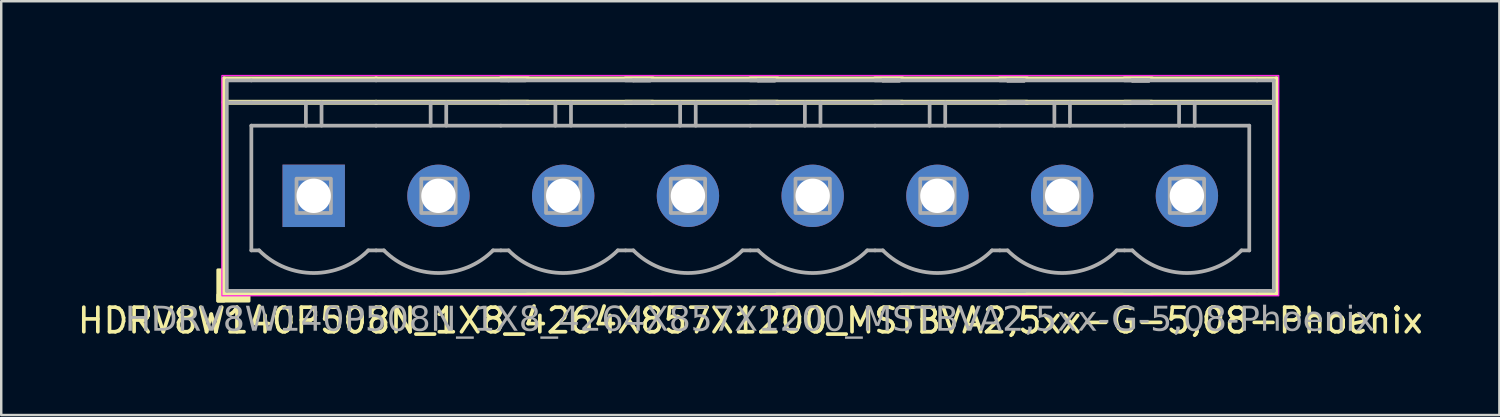
<source format=kicad_pcb>
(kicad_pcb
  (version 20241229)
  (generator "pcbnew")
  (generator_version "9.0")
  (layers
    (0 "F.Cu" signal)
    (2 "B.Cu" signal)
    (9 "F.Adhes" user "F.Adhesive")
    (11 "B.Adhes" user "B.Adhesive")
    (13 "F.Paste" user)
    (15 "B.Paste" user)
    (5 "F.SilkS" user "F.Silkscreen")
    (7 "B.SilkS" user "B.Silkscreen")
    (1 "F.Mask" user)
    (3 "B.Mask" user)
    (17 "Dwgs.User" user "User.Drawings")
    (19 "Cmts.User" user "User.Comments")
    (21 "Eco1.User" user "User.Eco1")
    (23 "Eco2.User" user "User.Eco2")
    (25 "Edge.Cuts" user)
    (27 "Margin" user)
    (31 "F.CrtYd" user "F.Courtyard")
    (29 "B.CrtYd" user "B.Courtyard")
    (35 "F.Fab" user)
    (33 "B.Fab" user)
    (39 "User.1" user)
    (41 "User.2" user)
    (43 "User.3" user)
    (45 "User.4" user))
  (footprint "HDRV8W140P508N_1X8_4264X857X1200_MSTBVA2,5xx-G-5,08-Phoenix"
    (layer "F.Cu")
    (at 27.506 4.925)
    (property "Reference" "HDRV8W140P508N_1X8_4264X857X1200_MSTBVA2,5xx-G-5,08-Phoenix" (at 0 5.08 0) (layer "F.SilkS") (effects (font (size 1 1) (thickness 0.15))))
    (attr through_hole)
    (fp_line (start -21.431 -4.763) (end -21.431 3.969) (stroke (width 0.203) (type solid)) (layer "F.SilkS"))
    (fp_line (start -21.431 -4.763) (end -15.24 -4.763) (stroke (width 0.203) (type solid)) (layer "F.SilkS"))
    (fp_line (start -21.431 -3.81) (end -15.24 -3.81) (stroke (width 0.203) (type solid)) (layer "F.SilkS"))
    (fp_line (start -21.431 3.969) (end -15.24 3.969) (stroke (width 0.203) (type solid)) (layer "F.SilkS"))
    (fp_line (start -9.049 -4.763) (end -15.24 -4.763) (stroke (width 0.203) (type solid)) (layer "F.SilkS"))
    (fp_line (start -9.049 -3.81) (end -15.24 -3.81) (stroke (width 0.203) (type solid)) (layer "F.SilkS"))
    (fp_line (start -9.049 3.969) (end -15.24 3.969) (stroke (width 0.203) (type solid)) (layer "F.SilkS"))
    (fp_line (start -3.969 -4.763) (end -10.16 -4.763) (stroke (width 0.203) (type solid)) (layer "F.SilkS"))
    (fp_line (start -3.969 -3.81) (end -10.16 -3.81) (stroke (width 0.203) (type solid)) (layer "F.SilkS"))
    (fp_line (start -3.969 3.969) (end -10.16 3.969) (stroke (width 0.203) (type solid)) (layer "F.SilkS"))
    (fp_line (start 1.111 -4.763) (end -5.08 -4.763) (stroke (width 0.203) (type solid)) (layer "F.SilkS"))
    (fp_line (start 1.111 -3.81) (end -5.08 -3.81) (stroke (width 0.203) (type solid)) (layer "F.SilkS"))
    (fp_line (start 1.111 3.969) (end -5.08 3.969) (stroke (width 0.203) (type solid)) (layer "F.SilkS"))
    (fp_line (start 6.191 -4.763) (end 0 -4.763) (stroke (width 0.203) (type solid)) (layer "F.SilkS"))
    (fp_line (start 6.191 -3.81) (end 0 -3.81) (stroke (width 0.203) (type solid)) (layer "F.SilkS"))
    (fp_line (start 6.191 3.969) (end 0 3.969) (stroke (width 0.203) (type solid)) (layer "F.SilkS"))
    (fp_line (start 11.271 -4.763) (end 5.08 -4.763) (stroke (width 0.203) (type solid)) (layer "F.SilkS"))
    (fp_line (start 11.271 -3.81) (end 5.08 -3.81) (stroke (width 0.203) (type solid)) (layer "F.SilkS"))
    (fp_line (start 11.271 3.969) (end 5.08 3.969) (stroke (width 0.203) (type solid)) (layer "F.SilkS"))
    (fp_line (start 16.351 -4.763) (end 10.16 -4.763) (stroke (width 0.203) (type solid)) (layer "F.SilkS"))
    (fp_line (start 16.351 -3.81) (end 10.16 -3.81) (stroke (width 0.203) (type solid)) (layer "F.SilkS"))
    (fp_line (start 16.351 3.969) (end 10.16 3.969) (stroke (width 0.203) (type solid)) (layer "F.SilkS"))
    (fp_line (start 21.431 -4.763) (end 15.24 -4.763) (stroke (width 0.203) (type solid)) (layer "F.SilkS"))
    (fp_line (start 21.431 -4.763) (end 21.431 3.969) (stroke (width 0.203) (type solid)) (layer "F.SilkS"))
    (fp_line (start 21.431 -3.81) (end 15.24 -3.81) (stroke (width 0.203) (type solid)) (layer "F.SilkS"))
    (fp_line (start 21.431 3.969) (end 15.24 3.969) (stroke (width 0.203) (type solid)) (layer "F.SilkS"))
    (fp_rect (start -21.431 3.016) (end -21.685 4.286) (stroke (width 0.12) (type solid)) (fill yes) (layer "F.SilkS"))
    (fp_rect (start -20.415 4.286) (end -21.685 4.032) (stroke (width 0.12) (type solid)) (fill yes) (layer "F.SilkS"))
    (fp_rect (start -21.52 -4.9) (end 21.52 4.07) (stroke (width 0.05) (type default)) (fill no) (layer "F.CrtYd"))
    (fp_line (start -21.32 -4.7) (end -21.32 3.87) (stroke (width 0.152) (type solid)) (layer "F.Fab"))
    (fp_line (start -21.32 -3.8) (end -20.32 -3.8) (stroke (width 0.152) (type solid)) (layer "F.Fab"))
    (fp_line (start -20.32 -4.7) (end -21.32 -4.7) (stroke (width 0.152) (type solid)) (layer "F.Fab"))
    (fp_line (start -20.32 -4.7) (end -15.24 -4.7) (stroke (width 0.152) (type solid)) (layer "F.Fab"))
    (fp_line (start -20.32 -2.858) (end -15.24 -2.858) (stroke (width 0.152) (type default)) (layer "F.Fab"))
    (fp_line (start -20.32 2.222) (end -20.32 -2.858) (stroke (width 0.152) (type default)) (layer "F.Fab"))
    (fp_line (start -20.32 3.87) (end -21.32 3.87) (stroke (width 0.152) (type solid)) (layer "F.Fab"))
    (fp_line (start -20.32 3.87) (end -15.24 3.87) (stroke (width 0.152) (type solid)) (layer "F.Fab"))
    (fp_line (start -20.003 2.222) (end -20.32 2.222) (stroke (width 0.152) (type default)) (layer "F.Fab"))
    (fp_line (start -18.098 -3.8) (end -18.098 -2.858) (stroke (width 0.152) (type default)) (layer "F.Fab"))
    (fp_line (start -17.462 -3.8) (end -17.462 -2.858) (stroke (width 0.152) (type default)) (layer "F.Fab"))
    (fp_line (start -15.24 -4.7) (end -9.842 -4.7) (stroke (width 0.152) (type solid)) (layer "F.Fab"))
    (fp_line (start -15.24 -3.8) (end -20.32 -3.8) (stroke (width 0.152) (type solid)) (layer "F.Fab"))
    (fp_line (start -15.24 -2.858) (end -10.16 -2.858) (stroke (width 0.152) (type default)) (layer "F.Fab"))
    (fp_line (start -15.24 2.222) (end -15.557 2.222) (stroke (width 0.152) (type default)) (layer "F.Fab"))
    (fp_line (start -15.24 3.87) (end -9.842 3.87) (stroke (width 0.152) (type solid)) (layer "F.Fab"))
    (fp_line (start -14.922 2.222) (end -15.24 2.222) (stroke (width 0.152) (type default)) (layer "F.Fab"))
    (fp_line (start -13.018 -3.8) (end -13.018 -2.858) (stroke (width 0.152) (type default)) (layer "F.Fab"))
    (fp_line (start -12.383 -3.8) (end -12.383 -2.858) (stroke (width 0.152) (type default)) (layer "F.Fab"))
    (fp_line (start -10.16 -4.7) (end -4.763 -4.7) (stroke (width 0.152) (type solid)) (layer "F.Fab"))
    (fp_line (start -10.16 -2.858) (end -5.08 -2.858) (stroke (width 0.152) (type default)) (layer "F.Fab"))
    (fp_line (start -10.16 2.222) (end -10.477 2.222) (stroke (width 0.152) (type default)) (layer "F.Fab"))
    (fp_line (start -10.16 3.87) (end -4.763 3.87) (stroke (width 0.152) (type solid)) (layer "F.Fab"))
    (fp_line (start -9.842 -4.7) (end -9.16 -4.7) (stroke (width 0.152) (type solid)) (layer "F.Fab"))
    (fp_line (start -9.842 -3.8) (end -15.24 -3.8) (stroke (width 0.152) (type solid)) (layer "F.Fab"))
    (fp_line (start -9.842 2.222) (end -10.16 2.222) (stroke (width 0.152) (type default)) (layer "F.Fab"))
    (fp_line (start -9.842 3.87) (end -9.16 3.87) (stroke (width 0.152) (type solid)) (layer "F.Fab"))
    (fp_line (start -9.16 -3.8) (end -9.842 -3.8) (stroke (width 0.152) (type solid)) (layer "F.Fab"))
    (fp_line (start -7.938 -3.8) (end -7.938 -2.858) (stroke (width 0.152) (type default)) (layer "F.Fab"))
    (fp_line (start -7.303 -3.8) (end -7.303 -2.858) (stroke (width 0.152) (type default)) (layer "F.Fab"))
    (fp_line (start -5.08 -4.7) (end 0.318 -4.7) (stroke (width 0.152) (type solid)) (layer "F.Fab"))
    (fp_line (start -5.08 -2.857) (end 0 -2.857) (stroke (width 0.152) (type default)) (layer "F.Fab"))
    (fp_line (start -5.08 2.222) (end -5.397 2.222) (stroke (width 0.152) (type default)) (layer "F.Fab"))
    (fp_line (start -5.08 3.87) (end 0.318 3.87) (stroke (width 0.152) (type solid)) (layer "F.Fab"))
    (fp_line (start -4.763 -4.7) (end -4.08 -4.7) (stroke (width 0.152) (type solid)) (layer "F.Fab"))
    (fp_line (start -4.763 -4.7) (end -4.08 -4.7) (stroke (width 0.152) (type solid)) (layer "F.Fab"))
    (fp_line (start -4.763 -3.8) (end -10.16 -3.8) (stroke (width 0.152) (type solid)) (layer "F.Fab"))
    (fp_line (start -4.763 2.223) (end -5.08 2.223) (stroke (width 0.152) (type default)) (layer "F.Fab"))
    (fp_line (start -4.763 3.87) (end -4.08 3.87) (stroke (width 0.152) (type solid)) (layer "F.Fab"))
    (fp_line (start -4.763 3.87) (end -4.08 3.87) (stroke (width 0.152) (type solid)) (layer "F.Fab"))
    (fp_line (start -4.08 -3.8) (end -4.763 -3.8) (stroke (width 0.152) (type solid)) (layer "F.Fab"))
    (fp_line (start -4.08 -3.8) (end -4.763 -3.8) (stroke (width 0.152) (type solid)) (layer "F.Fab"))
    (fp_line (start -2.857 -3.8) (end -2.857 -2.857) (stroke (width 0.152) (type default)) (layer "F.Fab"))
    (fp_line (start -2.223 -3.8) (end -2.223 -2.857) (stroke (width 0.152) (type default)) (layer "F.Fab"))
    (fp_line (start 0 -4.7) (end 5.397 -4.7) (stroke (width 0.152) (type solid)) (layer "F.Fab"))
    (fp_line (start 0 -2.857) (end 5.08 -2.857) (stroke (width 0.152) (type default)) (layer "F.Fab"))
    (fp_line (start 0 2.223) (end -0.318 2.223) (stroke (width 0.152) (type default)) (layer "F.Fab"))
    (fp_line (start 0 3.87) (end 5.397 3.87) (stroke (width 0.152) (type solid)) (layer "F.Fab"))
    (fp_line (start 0.318 -4.7) (end 1 -4.7) (stroke (width 0.152) (type solid)) (layer "F.Fab"))
    (fp_line (start 0.318 -4.7) (end 1 -4.7) (stroke (width 0.152) (type solid)) (layer "F.Fab"))
    (fp_line (start 0.318 -4.7) (end 1 -4.7) (stroke (width 0.152) (type solid)) (layer "F.Fab"))
    (fp_line (start 0.318 -3.8) (end -5.08 -3.8) (stroke (width 0.152) (type solid)) (layer "F.Fab"))
    (fp_line (start 0.318 2.223) (end 0 2.223) (stroke (width 0.152) (type default)) (layer "F.Fab"))
    (fp_line (start 0.318 3.87) (end 1 3.87) (stroke (width 0.152) (type solid)) (layer "F.Fab"))
    (fp_line (start 0.318 3.87) (end 1 3.87) (stroke (width 0.152) (type solid)) (layer "F.Fab"))
    (fp_line (start 0.318 3.87) (end 1 3.87) (stroke (width 0.152) (type solid)) (layer "F.Fab"))
    (fp_line (start 1 -3.8) (end 0.318 -3.8) (stroke (width 0.152) (type solid)) (layer "F.Fab"))
    (fp_line (start 1 -3.8) (end 0.318 -3.8) (stroke (width 0.152) (type solid)) (layer "F.Fab"))
    (fp_line (start 1 -3.8) (end 0.318 -3.8) (stroke (width 0.152) (type solid)) (layer "F.Fab"))
    (fp_line (start 2.223 -3.8) (end 2.223 -2.857) (stroke (width 0.152) (type default)) (layer "F.Fab"))
    (fp_line (start 2.857 -3.8) (end 2.857 -2.857) (stroke (width 0.152) (type default)) (layer "F.Fab"))
    (fp_line (start 5.08 -4.7) (end 10.477 -4.7) (stroke (width 0.152) (type solid)) (layer "F.Fab"))
    (fp_line (start 5.08 -2.857) (end 10.16 -2.857) (stroke (width 0.152) (type default)) (layer "F.Fab"))
    (fp_line (start 5.08 2.223) (end 4.763 2.223) (stroke (width 0.152) (type default)) (layer "F.Fab"))
    (fp_line (start 5.08 3.87) (end 10.477 3.87) (stroke (width 0.152) (type solid)) (layer "F.Fab"))
    (fp_line (start 5.397 -4.7) (end 6.08 -4.7) (stroke (width 0.152) (type solid)) (layer "F.Fab"))
    (fp_line (start 5.397 -4.7) (end 6.08 -4.7) (stroke (width 0.152) (type solid)) (layer "F.Fab"))
    (fp_line (start 5.397 -4.7) (end 6.08 -4.7) (stroke (width 0.152) (type solid)) (layer "F.Fab"))
    (fp_line (start 5.397 -4.7) (end 6.08 -4.7) (stroke (width 0.152) (type solid)) (layer "F.Fab"))
    (fp_line (start 5.397 -3.8) (end 0 -3.8) (stroke (width 0.152) (type solid)) (layer "F.Fab"))
    (fp_line (start 5.397 2.223) (end 5.08 2.223) (stroke (width 0.152) (type default)) (layer "F.Fab"))
    (fp_line (start 5.397 3.87) (end 6.08 3.87) (stroke (width 0.152) (type solid)) (layer "F.Fab"))
    (fp_line (start 5.397 3.87) (end 6.08 3.87) (stroke (width 0.152) (type solid)) (layer "F.Fab"))
    (fp_line (start 5.397 3.87) (end 6.08 3.87) (stroke (width 0.152) (type solid)) (layer "F.Fab"))
    (fp_line (start 5.397 3.87) (end 6.08 3.87) (stroke (width 0.152) (type solid)) (layer "F.Fab"))
    (fp_line (start 6.08 -3.8) (end 5.397 -3.8) (stroke (width 0.152) (type solid)) (layer "F.Fab"))
    (fp_line (start 6.08 -3.8) (end 5.397 -3.8) (stroke (width 0.152) (type solid)) (layer "F.Fab"))
    (fp_line (start 6.08 -3.8) (end 5.397 -3.8) (stroke (width 0.152) (type solid)) (layer "F.Fab"))
    (fp_line (start 6.08 -3.8) (end 5.397 -3.8) (stroke (width 0.152) (type solid)) (layer "F.Fab"))
    (fp_line (start 7.303 -3.8) (end 7.303 -2.857) (stroke (width 0.152) (type default)) (layer "F.Fab"))
    (fp_line (start 7.938 -3.8) (end 7.938 -2.857) (stroke (width 0.152) (type default)) (layer "F.Fab"))
    (fp_line (start 10.16 -4.7) (end 15.557 -4.7) (stroke (width 0.152) (type solid)) (layer "F.Fab"))
    (fp_line (start 10.16 -2.857) (end 15.24 -2.857) (stroke (width 0.152) (type default)) (layer "F.Fab"))
    (fp_line (start 10.16 2.223) (end 9.842 2.223) (stroke (width 0.152) (type default)) (layer "F.Fab"))
    (fp_line (start 10.16 3.87) (end 15.557 3.87) (stroke (width 0.152) (type solid)) (layer "F.Fab"))
    (fp_line (start 10.477 -4.7) (end 11.16 -4.7) (stroke (width 0.152) (type solid)) (layer "F.Fab"))
    (fp_line (start 10.477 -4.7) (end 11.16 -4.7) (stroke (width 0.152) (type solid)) (layer "F.Fab"))
    (fp_line (start 10.477 -4.7) (end 11.16 -4.7) (stroke (width 0.152) (type solid)) (layer "F.Fab"))
    (fp_line (start 10.477 -4.7) (end 11.16 -4.7) (stroke (width 0.152) (type solid)) (layer "F.Fab"))
    (fp_line (start 10.477 -4.7) (end 11.16 -4.7) (stroke (width 0.152) (type solid)) (layer "F.Fab"))
    (fp_line (start 10.477 -3.8) (end 5.08 -3.8) (stroke (width 0.152) (type solid)) (layer "F.Fab"))
    (fp_line (start 10.477 2.223) (end 10.16 2.223) (stroke (width 0.152) (type default)) (layer "F.Fab"))
    (fp_line (start 10.477 3.87) (end 11.16 3.87) (stroke (width 0.152) (type solid)) (layer "F.Fab"))
    (fp_line (start 10.477 3.87) (end 11.16 3.87) (stroke (width 0.152) (type solid)) (layer "F.Fab"))
    (fp_line (start 10.477 3.87) (end 11.16 3.87) (stroke (width 0.152) (type solid)) (layer "F.Fab"))
    (fp_line (start 10.477 3.87) (end 11.16 3.87) (stroke (width 0.152) (type solid)) (layer "F.Fab"))
    (fp_line (start 10.477 3.87) (end 11.16 3.87) (stroke (width 0.152) (type solid)) (layer "F.Fab"))
    (fp_line (start 11.16 -3.8) (end 10.477 -3.8) (stroke (width 0.152) (type solid)) (layer "F.Fab"))
    (fp_line (start 11.16 -3.8) (end 10.477 -3.8) (stroke (width 0.152) (type solid)) (layer "F.Fab"))
    (fp_line (start 11.16 -3.8) (end 10.477 -3.8) (stroke (width 0.152) (type solid)) (layer "F.Fab"))
    (fp_line (start 11.16 -3.8) (end 10.477 -3.8) (stroke (width 0.152) (type solid)) (layer "F.Fab"))
    (fp_line (start 11.16 -3.8) (end 10.477 -3.8) (stroke (width 0.152) (type solid)) (layer "F.Fab"))
    (fp_line (start 12.383 -3.8) (end 12.383 -2.857) (stroke (width 0.152) (type default)) (layer "F.Fab"))
    (fp_line (start 13.018 -3.8) (end 13.018 -2.857) (stroke (width 0.152) (type default)) (layer "F.Fab"))
    (fp_line (start 15.24 -4.7) (end 20.637 -4.7) (stroke (width 0.152) (type solid)) (layer "F.Fab"))
    (fp_line (start 15.24 -2.857) (end 20.32 -2.857) (stroke (width 0.152) (type default)) (layer "F.Fab"))
    (fp_line (start 15.24 2.223) (end 14.922 2.223) (stroke (width 0.152) (type default)) (layer "F.Fab"))
    (fp_line (start 15.24 3.87) (end 20.637 3.87) (stroke (width 0.152) (type solid)) (layer "F.Fab"))
    (fp_line (start 15.557 -4.7) (end 16.24 -4.7) (stroke (width 0.152) (type solid)) (layer "F.Fab"))
    (fp_line (start 15.557 -4.7) (end 16.24 -4.7) (stroke (width 0.152) (type solid)) (layer "F.Fab"))
    (fp_line (start 15.557 -4.7) (end 16.24 -4.7) (stroke (width 0.152) (type solid)) (layer "F.Fab"))
    (fp_line (start 15.557 -4.7) (end 16.24 -4.7) (stroke (width 0.152) (type solid)) (layer "F.Fab"))
    (fp_line (start 15.557 -4.7) (end 16.24 -4.7) (stroke (width 0.152) (type solid)) (layer "F.Fab"))
    (fp_line (start 15.557 -4.7) (end 16.24 -4.7) (stroke (width 0.152) (type solid)) (layer "F.Fab"))
    (fp_line (start 15.557 -3.8) (end 10.16 -3.8) (stroke (width 0.152) (type solid)) (layer "F.Fab"))
    (fp_line (start 15.557 2.223) (end 15.24 2.223) (stroke (width 0.152) (type default)) (layer "F.Fab"))
    (fp_line (start 15.557 3.87) (end 16.24 3.87) (stroke (width 0.152) (type solid)) (layer "F.Fab"))
    (fp_line (start 15.557 3.87) (end 16.24 3.87) (stroke (width 0.152) (type solid)) (layer "F.Fab"))
    (fp_line (start 15.557 3.87) (end 16.24 3.87) (stroke (width 0.152) (type solid)) (layer "F.Fab"))
    (fp_line (start 15.557 3.87) (end 16.24 3.87) (stroke (width 0.152) (type solid)) (layer "F.Fab"))
    (fp_line (start 15.557 3.87) (end 16.24 3.87) (stroke (width 0.152) (type solid)) (layer "F.Fab"))
    (fp_line (start 15.557 3.87) (end 16.24 3.87) (stroke (width 0.152) (type solid)) (layer "F.Fab"))
    (fp_line (start 16.24 -3.8) (end 15.557 -3.8) (stroke (width 0.152) (type solid)) (layer "F.Fab"))
    (fp_line (start 16.24 -3.8) (end 15.557 -3.8) (stroke (width 0.152) (type solid)) (layer "F.Fab"))
    (fp_line (start 16.24 -3.8) (end 15.557 -3.8) (stroke (width 0.152) (type solid)) (layer "F.Fab"))
    (fp_line (start 16.24 -3.8) (end 15.557 -3.8) (stroke (width 0.152) (type solid)) (layer "F.Fab"))
    (fp_line (start 16.24 -3.8) (end 15.557 -3.8) (stroke (width 0.152) (type solid)) (layer "F.Fab"))
    (fp_line (start 16.24 -3.8) (end 15.557 -3.8) (stroke (width 0.152) (type solid)) (layer "F.Fab"))
    (fp_line (start 17.462 -3.8) (end 17.462 -2.857) (stroke (width 0.152) (type default)) (layer "F.Fab"))
    (fp_line (start 18.098 -3.8) (end 18.098 -2.857) (stroke (width 0.152) (type default)) (layer "F.Fab"))
    (fp_line (start 20.32 2.223) (end 20.003 2.223) (stroke (width 0.152) (type default)) (layer "F.Fab"))
    (fp_line (start 20.32 2.223) (end 20.32 -2.857) (stroke (width 0.152) (type default)) (layer "F.Fab"))
    (fp_line (start 20.637 -4.7) (end 21.32 -4.7) (stroke (width 0.152) (type solid)) (layer "F.Fab"))
    (fp_line (start 20.637 -3.8) (end 15.24 -3.8) (stroke (width 0.152) (type solid)) (layer "F.Fab"))
    (fp_line (start 20.637 3.87) (end 21.32 3.87) (stroke (width 0.152) (type solid)) (layer "F.Fab"))
    (fp_line (start 21.32 -4.7) (end 21.32 3.87) (stroke (width 0.152) (type solid)) (layer "F.Fab"))
    (fp_line (start 21.32 -3.8) (end 20.637 -3.8) (stroke (width 0.152) (type solid)) (layer "F.Fab"))
    (fp_rect (start -17.08 -0.7) (end -18.48 0.7) (stroke (width 0.152) (type solid)) (fill no) (layer "F.Fab"))
    (fp_rect (start -12 -0.7) (end -13.4 0.7) (stroke (width 0.152) (type solid)) (fill no) (layer "F.Fab"))
    (fp_rect (start -6.92 -0.7) (end -8.32 0.7) (stroke (width 0.152) (type solid)) (fill no) (layer "F.Fab"))
    (fp_rect (start -1.84 -0.7) (end -3.24 0.7) (stroke (width 0.152) (type solid)) (fill no) (layer "F.Fab"))
    (fp_rect (start 3.24 -0.7) (end 1.84 0.7) (stroke (width 0.152) (type solid)) (fill no) (layer "F.Fab"))
    (fp_rect (start 8.32 -0.7) (end 6.92 0.7) (stroke (width 0.152) (type solid)) (fill no) (layer "F.Fab"))
    (fp_rect (start 13.4 -0.7) (end 12 0.7) (stroke (width 0.152) (type solid)) (fill no) (layer "F.Fab"))
    (fp_rect (start 18.48 -0.7) (end 17.08 0.7) (stroke (width 0.152) (type solid)) (fill no) (layer "F.Fab"))
    (fp_arc (start -15.5575 2.222492) (mid -17.78 3.143084) (end -20.0025 2.222492) (stroke (width 0.1524) (type default)) (layer "F.Fab"))
    (fp_arc (start -10.4775 2.222492) (mid -12.7 3.143084) (end -14.9225 2.222492) (stroke (width 0.1524) (type default)) (layer "F.Fab"))
    (fp_arc (start -5.3975 2.222484) (mid -7.62 3.143076) (end -9.8425 2.222484) (stroke (width 0.1524) (type default)) (layer "F.Fab"))
    (fp_arc (start -0.3175 2.2225) (mid -2.54 3.143092) (end -4.7625 2.2225) (stroke (width 0.1524) (type default)) (layer "F.Fab"))
    (fp_arc (start 4.7625 2.2225) (mid 2.54 3.143092) (end 0.3175 2.2225) (stroke (width 0.1524) (type default)) (layer "F.Fab"))
    (fp_arc (start 9.8425 2.2225) (mid 7.62 3.143092) (end 5.3975 2.2225) (stroke (width 0.1524) (type default)) (layer "F.Fab"))
    (fp_arc (start 14.9225 2.2225) (mid 12.7 3.143092) (end 10.4775 2.2225) (stroke (width 0.1524) (type default)) (layer "F.Fab"))
    (fp_arc (start 20.0025 2.2225) (mid 17.78 3.143092) (end 15.5575 2.2225) (stroke (width 0.1524) (type default)) (layer "F.Fab"))
    (fp_text user "${REFERENCE}" (at 0 5.08 0) (layer "F.Fab") (effects (font (face "Tahoma") (size 1 1) (thickness 0.15))))
    (pad "1" thru_hole rect (at -17.78 -0.000008) (size 2.54 2.54) (drill 1.4) (layers "*.Cu" "*.Mask"))
    (pad "2" thru_hole circle (at -12.7 -0.000008) (size 2.54 2.54) (drill 1.4) (layers "*.Cu" "*.Mask"))
    (pad "3" thru_hole circle (at -7.62 -0.000016) (size 2.54 2.54) (drill 1.4) (layers "*.Cu" "*.Mask"))
    (pad "4" thru_hole circle (at -2.54 0) (size 2.54 2.54) (drill 1.4) (layers "*.Cu" "*.Mask"))
    (pad "5" thru_hole circle (at 2.54 0) (size 2.54 2.54) (drill 1.4) (layers "*.Cu" "*.Mask"))
    (pad "6" thru_hole circle (at 7.62 0) (size 2.54 2.54) (drill 1.4) (layers "*.Cu" "*.Mask"))
    (pad "7" thru_hole circle (at 12.7 0) (size 2.54 2.54) (drill 1.4) (layers "*.Cu" "*.Mask"))
    (pad "8" thru_hole circle (at 17.78 0) (size 2.54 2.54) (drill 1.4) (layers "*.Cu" "*.Mask")))
  (gr_rect
    (start -3 -3)
    (end 58.012 13.853)
    (stroke (width 0.1) (type default))
    (fill no)
    (layer "Edge.Cuts")))
</source>
